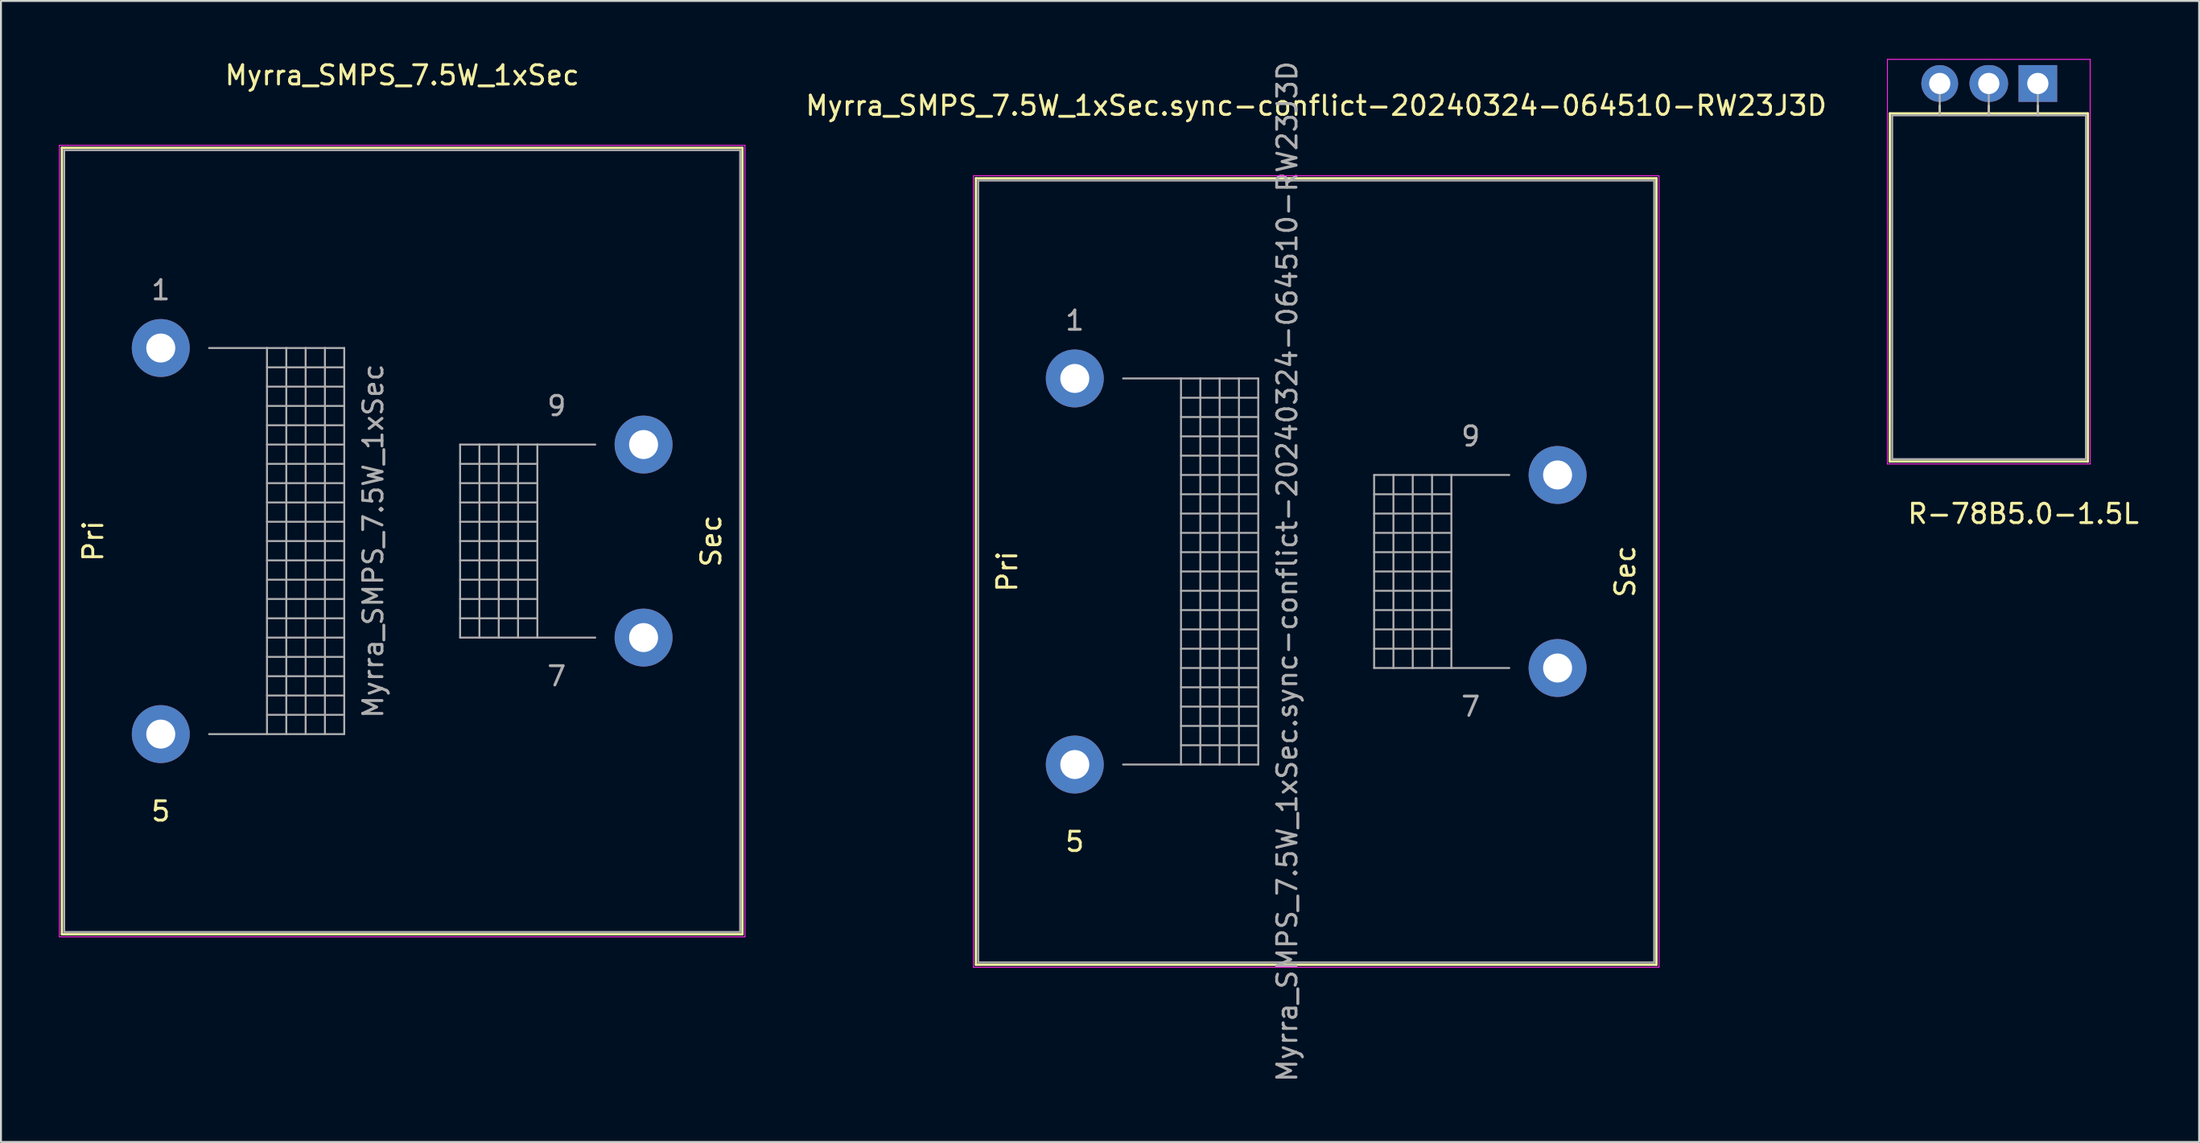
<source format=kicad_pcb>
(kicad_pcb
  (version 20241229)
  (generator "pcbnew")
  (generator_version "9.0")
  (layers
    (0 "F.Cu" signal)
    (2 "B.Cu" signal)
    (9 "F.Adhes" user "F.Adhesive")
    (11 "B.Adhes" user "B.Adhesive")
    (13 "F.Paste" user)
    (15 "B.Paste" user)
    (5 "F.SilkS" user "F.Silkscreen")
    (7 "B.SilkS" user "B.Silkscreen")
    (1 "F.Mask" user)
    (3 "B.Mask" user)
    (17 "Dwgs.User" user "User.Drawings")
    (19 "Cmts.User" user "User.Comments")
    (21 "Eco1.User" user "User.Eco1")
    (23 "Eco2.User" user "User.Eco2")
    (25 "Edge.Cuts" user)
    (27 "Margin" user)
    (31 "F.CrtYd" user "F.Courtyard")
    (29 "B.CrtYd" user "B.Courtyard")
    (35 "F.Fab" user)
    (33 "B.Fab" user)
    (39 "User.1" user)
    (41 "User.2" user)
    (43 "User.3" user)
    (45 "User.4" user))
  (footprint "Myrra_SMPS_7.5W_1xSec.sync-conflict-20240324-064510-RW23J3D"
    (layer "F.Cu")
    (at 52.604 36.554)
    (property "Reference" "Myrra_SMPS_7.5W_1xSec.sync-conflict-20240324-064510-RW23J3D" (at 12.5 -34.13 0) (layer "F.SilkS") (effects (font (size 1 1) (thickness 0.15))))
    (attr through_hole)
    (fp_line (start -5.12 -30.37) (end -5.12 10.37) (stroke (width 0.12) (type solid)) (layer "F.SilkS"))
    (fp_line (start -5.12 -30.37) (end 30.12 -30.37) (stroke (width 0.12) (type solid)) (layer "F.SilkS"))
    (fp_line (start 30.12 10.37) (end -5.12 10.37) (stroke (width 0.12) (type solid)) (layer "F.SilkS"))
    (fp_line (start 30.12 10.37) (end 30.12 -30.37) (stroke (width 0.12) (type solid)) (layer "F.SilkS"))
    (fp_line (start -5.25 -30.5) (end -5.25 10.5) (stroke (width 0.05) (type solid)) (layer "F.CrtYd"))
    (fp_line (start -5.25 -30.5) (end 30.25 -30.5) (stroke (width 0.05) (type solid)) (layer "F.CrtYd"))
    (fp_line (start 30.25 10.5) (end -5.25 10.5) (stroke (width 0.05) (type solid)) (layer "F.CrtYd"))
    (fp_line (start 30.25 10.5) (end 30.25 -30.5) (stroke (width 0.05) (type solid)) (layer "F.CrtYd"))
    (fp_line (start -5 -30.25) (end -5 10.25) (stroke (width 0.1) (type solid)) (layer "F.Fab"))
    (fp_line (start -5 10.25) (end 30 10.25) (stroke (width 0.1) (type solid)) (layer "F.Fab"))
    (fp_line (start 2.5 -20) (end 5.5 -20) (stroke (width 0.1) (type solid)) (layer "F.Fab"))
    (fp_line (start 5.5 -20) (end 5.5 0) (stroke (width 0.1) (type solid)) (layer "F.Fab"))
    (fp_line (start 5.5 -20) (end 6.5 -20) (stroke (width 0.1) (type solid)) (layer "F.Fab"))
    (fp_line (start 5.5 -19) (end 9.5 -19) (stroke (width 0.1) (type solid)) (layer "F.Fab"))
    (fp_line (start 5.5 -18) (end 9.5 -18) (stroke (width 0.1) (type solid)) (layer "F.Fab"))
    (fp_line (start 5.5 -17) (end 9.5 -17) (stroke (width 0.1) (type solid)) (layer "F.Fab"))
    (fp_line (start 5.5 -16) (end 9.5 -16) (stroke (width 0.1) (type solid)) (layer "F.Fab"))
    (fp_line (start 5.5 -15) (end 9.5 -15) (stroke (width 0.1) (type solid)) (layer "F.Fab"))
    (fp_line (start 5.5 -14) (end 9.5 -14) (stroke (width 0.1) (type solid)) (layer "F.Fab"))
    (fp_line (start 5.5 -13) (end 9.5 -13) (stroke (width 0.1) (type solid)) (layer "F.Fab"))
    (fp_line (start 5.5 -12) (end 9.5 -12) (stroke (width 0.1) (type solid)) (layer "F.Fab"))
    (fp_line (start 5.5 -11) (end 9.5 -11) (stroke (width 0.1) (type solid)) (layer "F.Fab"))
    (fp_line (start 5.5 -10) (end 9.5 -10) (stroke (width 0.1) (type solid)) (layer "F.Fab"))
    (fp_line (start 5.5 -9) (end 9.5 -9) (stroke (width 0.1) (type solid)) (layer "F.Fab"))
    (fp_line (start 5.5 -8) (end 9.5 -8) (stroke (width 0.1) (type solid)) (layer "F.Fab"))
    (fp_line (start 5.5 -7) (end 9.5 -7) (stroke (width 0.1) (type solid)) (layer "F.Fab"))
    (fp_line (start 5.5 -6) (end 9.5 -6) (stroke (width 0.1) (type solid)) (layer "F.Fab"))
    (fp_line (start 5.5 -5) (end 9.5 -5) (stroke (width 0.1) (type solid)) (layer "F.Fab"))
    (fp_line (start 5.5 -4) (end 9.5 -4) (stroke (width 0.1) (type solid)) (layer "F.Fab"))
    (fp_line (start 5.5 -3) (end 9.5 -3) (stroke (width 0.1) (type solid)) (layer "F.Fab"))
    (fp_line (start 5.5 -2) (end 9.5 -2) (stroke (width 0.1) (type solid)) (layer "F.Fab"))
    (fp_line (start 5.5 -1) (end 9.5 -1) (stroke (width 0.1) (type solid)) (layer "F.Fab"))
    (fp_line (start 5.5 0) (end 2.5 0) (stroke (width 0.1) (type solid)) (layer "F.Fab"))
    (fp_line (start 6.5 -20) (end 6.5 0) (stroke (width 0.1) (type solid)) (layer "F.Fab"))
    (fp_line (start 6.5 -20) (end 7.5 -20) (stroke (width 0.1) (type solid)) (layer "F.Fab"))
    (fp_line (start 6.5 0) (end 5.5 0) (stroke (width 0.1) (type solid)) (layer "F.Fab"))
    (fp_line (start 7.5 -20) (end 7.5 0) (stroke (width 0.1) (type solid)) (layer "F.Fab"))
    (fp_line (start 7.5 -20) (end 8.5 -20) (stroke (width 0.1) (type solid)) (layer "F.Fab"))
    (fp_line (start 7.5 0) (end 6.5 0) (stroke (width 0.1) (type solid)) (layer "F.Fab"))
    (fp_line (start 8.5 -20) (end 8.5 0) (stroke (width 0.1) (type solid)) (layer "F.Fab"))
    (fp_line (start 8.5 -20) (end 9.5 -20) (stroke (width 0.1) (type solid)) (layer "F.Fab"))
    (fp_line (start 8.5 0) (end 7.5 0) (stroke (width 0.1) (type solid)) (layer "F.Fab"))
    (fp_line (start 9.5 -20) (end 9.5 0) (stroke (width 0.1) (type solid)) (layer "F.Fab"))
    (fp_line (start 9.5 0) (end 8.5 0) (stroke (width 0.1) (type solid)) (layer "F.Fab"))
    (fp_line (start 15.5 -15) (end 15.5 -5) (stroke (width 0.1) (type solid)) (layer "F.Fab"))
    (fp_line (start 15.5 -14) (end 19.5 -14) (stroke (width 0.1) (type solid)) (layer "F.Fab"))
    (fp_line (start 15.5 -12) (end 19.5 -12) (stroke (width 0.1) (type solid)) (layer "F.Fab"))
    (fp_line (start 15.5 -10) (end 19.5 -10) (stroke (width 0.1) (type solid)) (layer "F.Fab"))
    (fp_line (start 15.5 -8) (end 19.5 -8) (stroke (width 0.1) (type solid)) (layer "F.Fab"))
    (fp_line (start 15.5 -6) (end 19.5 -6) (stroke (width 0.1) (type solid)) (layer "F.Fab"))
    (fp_line (start 15.5 -5) (end 16.5 -5) (stroke (width 0.1) (type solid)) (layer "F.Fab"))
    (fp_line (start 16.5 -15) (end 15.5 -15) (stroke (width 0.1) (type solid)) (layer "F.Fab"))
    (fp_line (start 16.5 -15) (end 16.5 -5) (stroke (width 0.1) (type solid)) (layer "F.Fab"))
    (fp_line (start 16.5 -5) (end 17.5 -5) (stroke (width 0.1) (type solid)) (layer "F.Fab"))
    (fp_line (start 17.5 -15) (end 16.5 -15) (stroke (width 0.1) (type solid)) (layer "F.Fab"))
    (fp_line (start 17.5 -15) (end 17.5 -5) (stroke (width 0.1) (type solid)) (layer "F.Fab"))
    (fp_line (start 17.5 -5) (end 18.5 -5) (stroke (width 0.1) (type solid)) (layer "F.Fab"))
    (fp_line (start 18.5 -15) (end 17.5 -15) (stroke (width 0.1) (type solid)) (layer "F.Fab"))
    (fp_line (start 18.5 -15) (end 18.5 -5) (stroke (width 0.1) (type solid)) (layer "F.Fab"))
    (fp_line (start 18.5 -5) (end 19.5 -5) (stroke (width 0.1) (type solid)) (layer "F.Fab"))
    (fp_line (start 19.5 -15) (end 18.5 -15) (stroke (width 0.1) (type solid)) (layer "F.Fab"))
    (fp_line (start 19.5 -15) (end 19.5 -5) (stroke (width 0.1) (type solid)) (layer "F.Fab"))
    (fp_line (start 19.5 -13) (end 15.5 -13) (stroke (width 0.1) (type solid)) (layer "F.Fab"))
    (fp_line (start 19.5 -11) (end 15.5 -11) (stroke (width 0.1) (type solid)) (layer "F.Fab"))
    (fp_line (start 19.5 -9) (end 15.5 -9) (stroke (width 0.1) (type solid)) (layer "F.Fab"))
    (fp_line (start 19.5 -7) (end 15.5 -7) (stroke (width 0.1) (type solid)) (layer "F.Fab"))
    (fp_line (start 19.5 -5) (end 22.5 -5) (stroke (width 0.1) (type solid)) (layer "F.Fab"))
    (fp_line (start 22.5 -15) (end 19.5 -15) (stroke (width 0.1) (type solid)) (layer "F.Fab"))
    (fp_line (start 30 -30.25) (end -5 -30.25) (stroke (width 0.1) (type solid)) (layer "F.Fab"))
    (fp_line (start 30 10.25) (end 30 -30.25) (stroke (width 0.1) (type solid)) (layer "F.Fab"))
    (fp_text user "Pri" (at -3.5 -10 90) (layer "F.SilkS") (effects (font (size 1 1) (thickness 0.15))))
    (fp_text user "Sec" (at 28.5 -10 90) (layer "F.SilkS") (effects (font (size 1 1) (thickness 0.15))))
    (fp_text user "5" (at 0 4 0) (layer "F.SilkS") (effects (font (size 1 1) (thickness 0.15))))
    (fp_text user "1" (at 0 -23 0) (layer "F.Fab") (effects (font (size 1 1) (thickness 0.15))))
    (fp_text user "${REFERENCE}" (at 11 -10 90) (layer "F.Fab") (effects (font (size 1 1) (thickness 0.15))))
    (fp_text user "9" (at 20.5 -17 0) (layer "F.Fab") (effects (font (size 1 1) (thickness 0.15))))
    (fp_text user "7" (at 20.5 -3 0) (layer "F.Fab") (effects (font (size 1 1) (thickness 0.15))))
    (pad "1" thru_hole circle (at 0 -20) (size 3 3) (drill 1.5) (layers "*.Cu" "*.Mask"))
    (pad "5" thru_hole circle (at 0 0) (size 3 3) (drill 1.5) (layers "*.Cu" "*.Mask"))
    (pad "7" thru_hole circle (at 25 -5) (size 3 3) (drill 1.5) (layers "*.Cu" "*.Mask"))
    (pad "9" thru_hole circle (at 25 -15) (size 3 3) (drill 1.5) (layers "*.Cu" "*.Mask")))
  (footprint "R-78B5.0-1.5L"
    (layer "F.Cu")
    (at 100.172 13.255)
    (property "Reference" "R-78B5.0-1.5L" (at 1.55 10.31 0) (layer "F.SilkS") (effects (font (size 1 1) (thickness 0.15))))
    (attr through_hole)
    (fp_line (start -5.36 -10.43) (end -5.37 7.605) (stroke (width 0.12) (type solid)) (layer "F.SilkS"))
    (fp_line (start -5.36 -10.43) (end 4.89 -10.43) (stroke (width 0.12) (type solid)) (layer "F.SilkS"))
    (fp_line (start -5.35 7.6) (end 4.89 7.6) (stroke (width 0.12) (type solid)) (layer "F.SilkS"))
    (fp_line (start -2.78 -10.83) (end -2.78 -10.43) (stroke (width 0.12) (type solid)) (layer "F.SilkS"))
    (fp_line (start -0.24 -10.83) (end -0.24 -10.43) (stroke (width 0.12) (type solid)) (layer "F.SilkS"))
    (fp_line (start 2.3 -10.83) (end 2.3 -10.43) (stroke (width 0.12) (type solid)) (layer "F.SilkS"))
    (fp_line (start 4.89 -10.43) (end 4.89 7.61) (stroke (width 0.12) (type solid)) (layer "F.SilkS"))
    (fp_line (start -5.49 -13.23) (end -5.49 7.73) (stroke (width 0.05) (type solid)) (layer "F.CrtYd"))
    (fp_line (start -5.49 7.73) (end 5.01 7.73) (stroke (width 0.05) (type solid)) (layer "F.CrtYd"))
    (fp_line (start 5.01 -13.23) (end -5.49 -13.23) (stroke (width 0.05) (type solid)) (layer "F.CrtYd"))
    (fp_line (start 5.01 7.73) (end 5.01 -13.23) (stroke (width 0.05) (type solid)) (layer "F.CrtYd"))
    (fp_line (start -5.24 -10.32) (end -5.24 7.48) (stroke (width 0.1) (type solid)) (layer "F.Fab"))
    (fp_line (start -5.24 7.48) (end 4.76 7.48) (stroke (width 0.1) (type solid)) (layer "F.Fab"))
    (fp_line (start -2.78 -10.34) (end -2.78 -11.98) (stroke (width 0.1) (type solid)) (layer "F.Fab"))
    (fp_line (start -0.24 -10.33) (end -0.24 -11.98) (stroke (width 0.1) (type solid)) (layer "F.Fab"))
    (fp_line (start 2.3 -10.33) (end 2.3 -11.98) (stroke (width 0.1) (type solid)) (layer "F.Fab"))
    (fp_line (start 4.76 -10.33) (end -5.24 -10.33) (stroke (width 0.1) (type solid)) (layer "F.Fab"))
    (fp_line (start 4.79 -10.34) (end 4.79 7.46) (stroke (width 0.1) (type solid)) (layer "F.Fab"))
    (pad "1" thru_hole rect (at 2.3 -11.98 90) (size 1.905 2) (drill 1.1) (layers "*.Cu" "*.Mask"))
    (pad "2" thru_hole oval (at -0.24 -11.98 90) (size 1.905 2) (drill 1.1) (layers "*.Cu" "*.Mask"))
    (pad "3" thru_hole circle (at -2.78 -11.98) (size 1.905 1.905) (drill 1.1) (layers "*.Cu" "*.Mask")))
  (footprint "Myrra_SMPS_7.5W_1xSec"
    (layer "F.Cu")
    (at 5.275 34.978)
    (property "Reference" "Myrra_SMPS_7.5W_1xSec" (at 12.5 -34.13 0) (layer "F.SilkS") (effects (font (size 1 1) (thickness 0.15))))
    (attr through_hole)
    (fp_line (start -5.12 -30.37) (end -5.12 10.37) (stroke (width 0.12) (type solid)) (layer "F.SilkS"))
    (fp_line (start -5.12 -30.37) (end 30.12 -30.37) (stroke (width 0.12) (type solid)) (layer "F.SilkS"))
    (fp_line (start 30.12 10.37) (end -5.12 10.37) (stroke (width 0.12) (type solid)) (layer "F.SilkS"))
    (fp_line (start 30.12 10.37) (end 30.12 -30.37) (stroke (width 0.12) (type solid)) (layer "F.SilkS"))
    (fp_line (start -5.25 -30.5) (end -5.25 10.5) (stroke (width 0.05) (type solid)) (layer "F.CrtYd"))
    (fp_line (start -5.25 -30.5) (end 30.25 -30.5) (stroke (width 0.05) (type solid)) (layer "F.CrtYd"))
    (fp_line (start 30.25 10.5) (end -5.25 10.5) (stroke (width 0.05) (type solid)) (layer "F.CrtYd"))
    (fp_line (start 30.25 10.5) (end 30.25 -30.5) (stroke (width 0.05) (type solid)) (layer "F.CrtYd"))
    (fp_line (start -5 -30.25) (end -5 10.25) (stroke (width 0.1) (type solid)) (layer "F.Fab"))
    (fp_line (start -5 10.25) (end 30 10.25) (stroke (width 0.1) (type solid)) (layer "F.Fab"))
    (fp_line (start 2.5 -20) (end 5.5 -20) (stroke (width 0.1) (type solid)) (layer "F.Fab"))
    (fp_line (start 5.5 -20) (end 5.5 0) (stroke (width 0.1) (type solid)) (layer "F.Fab"))
    (fp_line (start 5.5 -20) (end 6.5 -20) (stroke (width 0.1) (type solid)) (layer "F.Fab"))
    (fp_line (start 5.5 -19) (end 9.5 -19) (stroke (width 0.1) (type solid)) (layer "F.Fab"))
    (fp_line (start 5.5 -18) (end 9.5 -18) (stroke (width 0.1) (type solid)) (layer "F.Fab"))
    (fp_line (start 5.5 -17) (end 9.5 -17) (stroke (width 0.1) (type solid)) (layer "F.Fab"))
    (fp_line (start 5.5 -16) (end 9.5 -16) (stroke (width 0.1) (type solid)) (layer "F.Fab"))
    (fp_line (start 5.5 -15) (end 9.5 -15) (stroke (width 0.1) (type solid)) (layer "F.Fab"))
    (fp_line (start 5.5 -14) (end 9.5 -14) (stroke (width 0.1) (type solid)) (layer "F.Fab"))
    (fp_line (start 5.5 -13) (end 9.5 -13) (stroke (width 0.1) (type solid)) (layer "F.Fab"))
    (fp_line (start 5.5 -12) (end 9.5 -12) (stroke (width 0.1) (type solid)) (layer "F.Fab"))
    (fp_line (start 5.5 -11) (end 9.5 -11) (stroke (width 0.1) (type solid)) (layer "F.Fab"))
    (fp_line (start 5.5 -10) (end 9.5 -10) (stroke (width 0.1) (type solid)) (layer "F.Fab"))
    (fp_line (start 5.5 -9) (end 9.5 -9) (stroke (width 0.1) (type solid)) (layer "F.Fab"))
    (fp_line (start 5.5 -8) (end 9.5 -8) (stroke (width 0.1) (type solid)) (layer "F.Fab"))
    (fp_line (start 5.5 -7) (end 9.5 -7) (stroke (width 0.1) (type solid)) (layer "F.Fab"))
    (fp_line (start 5.5 -6) (end 9.5 -6) (stroke (width 0.1) (type solid)) (layer "F.Fab"))
    (fp_line (start 5.5 -5) (end 9.5 -5) (stroke (width 0.1) (type solid)) (layer "F.Fab"))
    (fp_line (start 5.5 -4) (end 9.5 -4) (stroke (width 0.1) (type solid)) (layer "F.Fab"))
    (fp_line (start 5.5 -3) (end 9.5 -3) (stroke (width 0.1) (type solid)) (layer "F.Fab"))
    (fp_line (start 5.5 -2) (end 9.5 -2) (stroke (width 0.1) (type solid)) (layer "F.Fab"))
    (fp_line (start 5.5 -1) (end 9.5 -1) (stroke (width 0.1) (type solid)) (layer "F.Fab"))
    (fp_line (start 5.5 0) (end 2.5 0) (stroke (width 0.1) (type solid)) (layer "F.Fab"))
    (fp_line (start 6.5 -20) (end 6.5 0) (stroke (width 0.1) (type solid)) (layer "F.Fab"))
    (fp_line (start 6.5 -20) (end 7.5 -20) (stroke (width 0.1) (type solid)) (layer "F.Fab"))
    (fp_line (start 6.5 0) (end 5.5 0) (stroke (width 0.1) (type solid)) (layer "F.Fab"))
    (fp_line (start 7.5 -20) (end 7.5 0) (stroke (width 0.1) (type solid)) (layer "F.Fab"))
    (fp_line (start 7.5 -20) (end 8.5 -20) (stroke (width 0.1) (type solid)) (layer "F.Fab"))
    (fp_line (start 7.5 0) (end 6.5 0) (stroke (width 0.1) (type solid)) (layer "F.Fab"))
    (fp_line (start 8.5 -20) (end 8.5 0) (stroke (width 0.1) (type solid)) (layer "F.Fab"))
    (fp_line (start 8.5 -20) (end 9.5 -20) (stroke (width 0.1) (type solid)) (layer "F.Fab"))
    (fp_line (start 8.5 0) (end 7.5 0) (stroke (width 0.1) (type solid)) (layer "F.Fab"))
    (fp_line (start 9.5 -20) (end 9.5 0) (stroke (width 0.1) (type solid)) (layer "F.Fab"))
    (fp_line (start 9.5 0) (end 8.5 0) (stroke (width 0.1) (type solid)) (layer "F.Fab"))
    (fp_line (start 15.5 -15) (end 15.5 -5) (stroke (width 0.1) (type solid)) (layer "F.Fab"))
    (fp_line (start 15.5 -14) (end 19.5 -14) (stroke (width 0.1) (type solid)) (layer "F.Fab"))
    (fp_line (start 15.5 -12) (end 19.5 -12) (stroke (width 0.1) (type solid)) (layer "F.Fab"))
    (fp_line (start 15.5 -10) (end 19.5 -10) (stroke (width 0.1) (type solid)) (layer "F.Fab"))
    (fp_line (start 15.5 -8) (end 19.5 -8) (stroke (width 0.1) (type solid)) (layer "F.Fab"))
    (fp_line (start 15.5 -6) (end 19.5 -6) (stroke (width 0.1) (type solid)) (layer "F.Fab"))
    (fp_line (start 15.5 -5) (end 16.5 -5) (stroke (width 0.1) (type solid)) (layer "F.Fab"))
    (fp_line (start 16.5 -15) (end 15.5 -15) (stroke (width 0.1) (type solid)) (layer "F.Fab"))
    (fp_line (start 16.5 -15) (end 16.5 -5) (stroke (width 0.1) (type solid)) (layer "F.Fab"))
    (fp_line (start 16.5 -5) (end 17.5 -5) (stroke (width 0.1) (type solid)) (layer "F.Fab"))
    (fp_line (start 17.5 -15) (end 16.5 -15) (stroke (width 0.1) (type solid)) (layer "F.Fab"))
    (fp_line (start 17.5 -15) (end 17.5 -5) (stroke (width 0.1) (type solid)) (layer "F.Fab"))
    (fp_line (start 17.5 -5) (end 18.5 -5) (stroke (width 0.1) (type solid)) (layer "F.Fab"))
    (fp_line (start 18.5 -15) (end 17.5 -15) (stroke (width 0.1) (type solid)) (layer "F.Fab"))
    (fp_line (start 18.5 -15) (end 18.5 -5) (stroke (width 0.1) (type solid)) (layer "F.Fab"))
    (fp_line (start 18.5 -5) (end 19.5 -5) (stroke (width 0.1) (type solid)) (layer "F.Fab"))
    (fp_line (start 19.5 -15) (end 18.5 -15) (stroke (width 0.1) (type solid)) (layer "F.Fab"))
    (fp_line (start 19.5 -15) (end 19.5 -5) (stroke (width 0.1) (type solid)) (layer "F.Fab"))
    (fp_line (start 19.5 -13) (end 15.5 -13) (stroke (width 0.1) (type solid)) (layer "F.Fab"))
    (fp_line (start 19.5 -11) (end 15.5 -11) (stroke (width 0.1) (type solid)) (layer "F.Fab"))
    (fp_line (start 19.5 -9) (end 15.5 -9) (stroke (width 0.1) (type solid)) (layer "F.Fab"))
    (fp_line (start 19.5 -7) (end 15.5 -7) (stroke (width 0.1) (type solid)) (layer "F.Fab"))
    (fp_line (start 19.5 -5) (end 22.5 -5) (stroke (width 0.1) (type solid)) (layer "F.Fab"))
    (fp_line (start 22.5 -15) (end 19.5 -15) (stroke (width 0.1) (type solid)) (layer "F.Fab"))
    (fp_line (start 30 -30.25) (end -5 -30.25) (stroke (width 0.1) (type solid)) (layer "F.Fab"))
    (fp_line (start 30 10.25) (end 30 -30.25) (stroke (width 0.1) (type solid)) (layer "F.Fab"))
    (fp_text user "5" (at 0 4 0) (layer "F.SilkS") (effects (font (size 1 1) (thickness 0.15))))
    (fp_text user "Sec" (at 28.5 -10 90) (layer "F.SilkS") (effects (font (size 1 1) (thickness 0.15))))
    (fp_text user "Pri" (at -3.5 -10 90) (layer "F.SilkS") (effects (font (size 1 1) (thickness 0.15))))
    (fp_text user "9" (at 20.5 -17 0) (layer "F.Fab") (effects (font (size 1 1) (thickness 0.15))))
    (fp_text user "${REFERENCE}" (at 11 -10 90) (layer "F.Fab") (effects (font (size 1 1) (thickness 0.15))))
    (fp_text user "7" (at 20.5 -3 0) (layer "F.Fab") (effects (font (size 1 1) (thickness 0.15))))
    (fp_text user "1" (at 0 -23 0) (layer "F.Fab") (effects (font (size 1 1) (thickness 0.15))))
    (pad "1" thru_hole circle (at 0 -20) (size 3 3) (drill 1.5) (layers "*.Cu" "*.Mask"))
    (pad "5" thru_hole circle (at 0 0) (size 3 3) (drill 1.5) (layers "*.Cu" "*.Mask"))
    (pad "7" thru_hole circle (at 25 -5) (size 3 3) (drill 1.5) (layers "*.Cu" "*.Mask"))
    (pad "9" thru_hole circle (at 25 -15) (size 3 3) (drill 1.5) (layers "*.Cu" "*.Mask")))
  (gr_rect
    (start -3 -3)
    (end 110.823 56.107)
    (stroke (width 0.1) (type default))
    (fill no)
    (layer "Edge.Cuts")))
</source>
